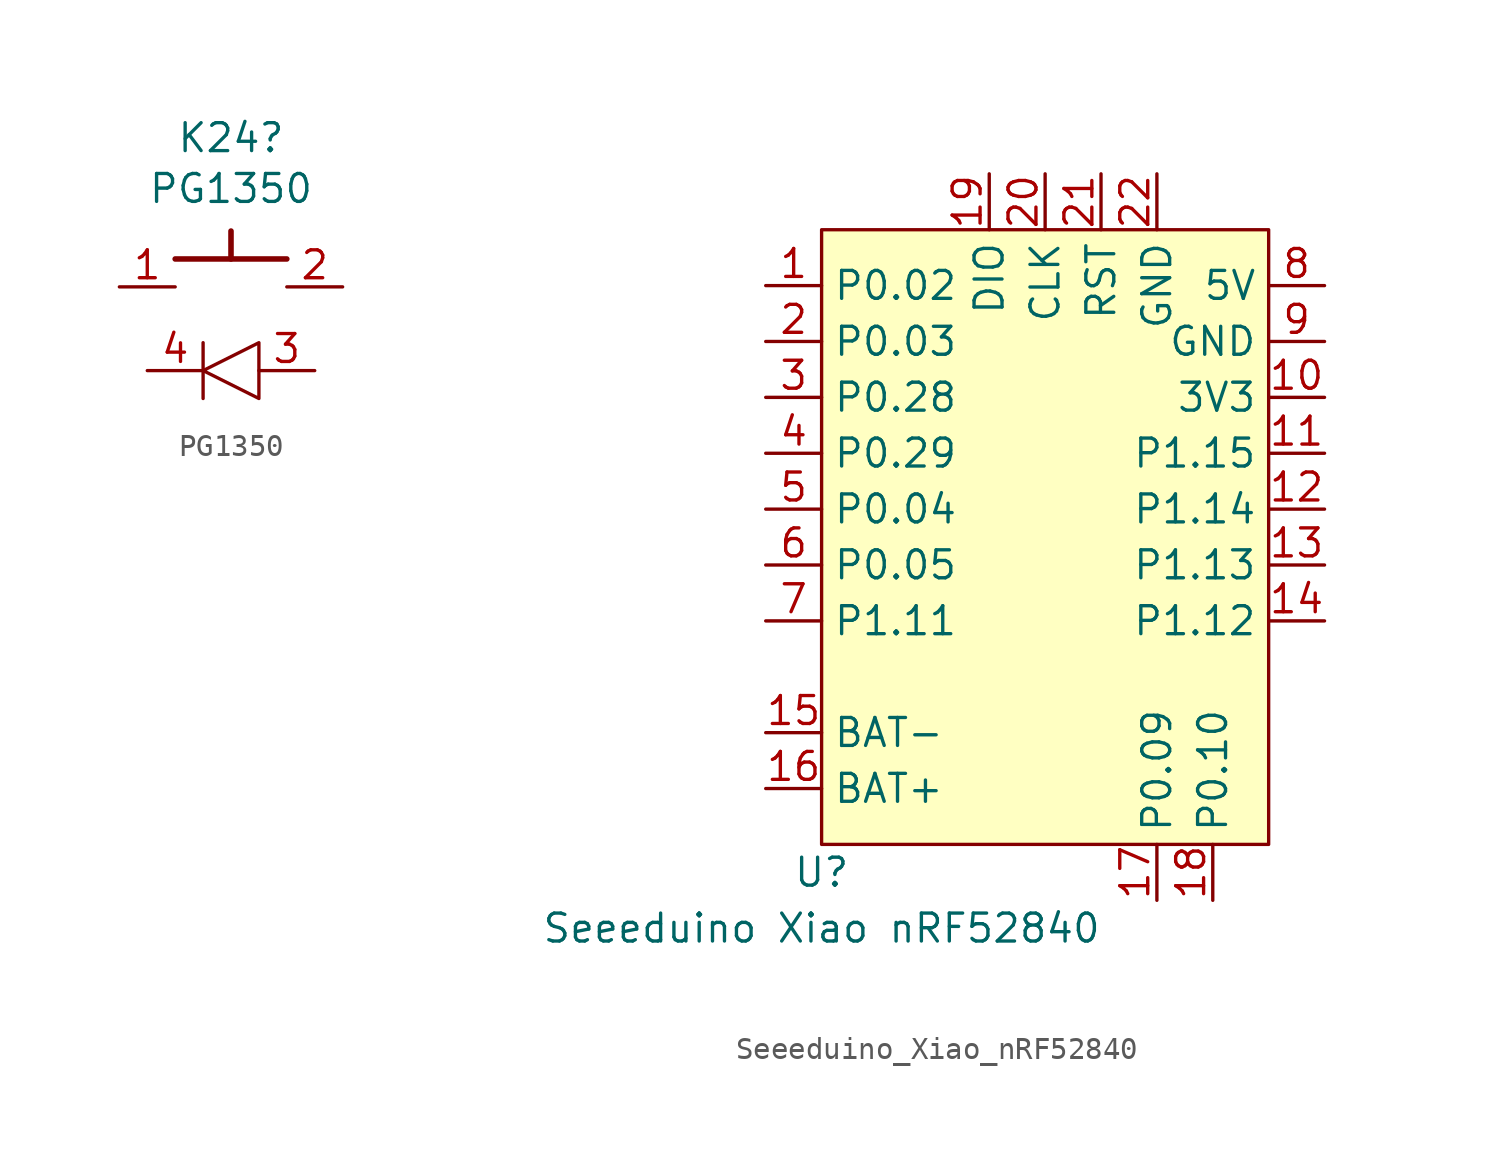
<source format=kicad_sym>
(kicad_symbol_lib
  (version 20220914)
  (generator kicad_symbol_editor)
  (symbol "PG1350"
    (pin_names
      (offset 1.016))
    (property "Reference" "K24"
      (at 0 1.702 0)
      (effects (font (size 1.27 1.27))))
    (property "Value" "PG1350"
      (at 0 -0.61 0)
      (effects (font (size 1.27 1.27))))
    (symbol "PG1350_0_1"
      (polyline (pts (xy -2.54 -3.81) (xy 2.54 -3.81)) (stroke (width 0.254) (type default)) (fill (type none)))
      (polyline (pts (xy -1.27 -7.62) (xy -1.27 -10.16)) (stroke (width 0) (type default)) (fill (type none)))
      (polyline (pts (xy 0 -2.54) (xy 0 -3.81)) (stroke (width 0.254) (type default)) (fill (type none)))
      (polyline (pts (xy 1.27 -7.62) (xy 1.27 -10.16) (xy -1.27 -8.89) (xy 1.27 -7.62)) (stroke (width 0) (type default)) (fill (type none))))
    (symbol "PG1350_1_1"
      (pin bidirectional line (at -5.08 -5.08 0) (length 2.54) (name "~" (effects (font (size 1.27 1.27)))) (number "1" (effects (font (size 1.27 1.27)))))
      (pin bidirectional line (at 5.08 -5.08 180) (length 2.54) (name "~" (effects (font (size 1.27 1.27)))) (number "2" (effects (font (size 1.27 1.27)))))
      (pin output line (at 3.81 -8.89 180) (length 2.54) (name "~" (effects (font (size 1.27 1.27)))) (number "3" (effects (font (size 1.27 1.27)))))
      (pin input line (at -3.81 -8.89 0) (length 2.54) (name "~" (effects (font (size 1.27 1.27)))) (number "4" (effects (font (size 1.27 1.27)))))))
  (symbol "Seeeduino_Xiao_nRF52840"
    (property "Reference" "U"
      (at -10.16 -12.7 0)
      (effects (font (size 1.27 1.27))))
    (property "Value" "Seeeduino Xiao nRF52840"
      (at -10.16 -15.24 0)
      (effects (font (size 1.27 1.27))))
    (symbol "Seeeduino_Xiao_nRF52840_1_0"
      (pin bidirectional line (at -12.7 13.97 0) (length 2.54) (name "P0.02" (effects (font (size 1.27 1.27)))) (number "1" (effects (font (size 1.27 1.27)))))
      (pin power_out line (at 12.7 8.89 180) (length 2.54) (name "3V3" (effects (font (size 1.27 1.27)))) (number "10" (effects (font (size 1.27 1.27)))))
      (pin bidirectional line (at 12.7 6.35 180) (length 2.54) (name "P1.15" (effects (font (size 1.27 1.27)))) (number "11" (effects (font (size 1.27 1.27)))))
      (pin bidirectional line (at 12.7 3.81 180) (length 2.54) (name "P1.14" (effects (font (size 1.27 1.27)))) (number "12" (effects (font (size 1.27 1.27)))))
      (pin bidirectional line (at 12.7 1.27 180) (length 2.54) (name "P1.13" (effects (font (size 1.27 1.27)))) (number "13" (effects (font (size 1.27 1.27)))))
      (pin bidirectional line (at 12.7 -1.27 180) (length 2.54) (name "P1.12" (effects (font (size 1.27 1.27)))) (number "14" (effects (font (size 1.27 1.27)))))
      (pin power_in line (at -12.7 -6.35 0) (length 2.54) (name "BAT-" (effects (font (size 1.27 1.27)))) (number "15" (effects (font (size 1.27 1.27)))))
      (pin power_in line (at -12.7 -8.89 0) (length 2.54) (name "BAT+" (effects (font (size 1.27 1.27)))) (number "16" (effects (font (size 1.27 1.27)))))
      (pin bidirectional line (at 5.08 -13.97 90) (length 2.54) (name "P0.09" (effects (font (size 1.27 1.27)))) (number "17" (effects (font (size 1.27 1.27)))))
      (pin bidirectional line (at 7.62 -13.97 90) (length 2.54) (name "P0.10" (effects (font (size 1.27 1.27)))) (number "18" (effects (font (size 1.27 1.27)))))
      (pin bidirectional line (at -2.54 19.05 270) (length 2.54) (name "DIO" (effects (font (size 1.27 1.27)))) (number "19" (effects (font (size 1.27 1.27)))))
      (pin bidirectional line (at -12.7 11.43 0) (length 2.54) (name "P0.03" (effects (font (size 1.27 1.27)))) (number "2" (effects (font (size 1.27 1.27)))))
      (pin bidirectional line (at 0 19.05 270) (length 2.54) (name "CLK" (effects (font (size 1.27 1.27)))) (number "20" (effects (font (size 1.27 1.27)))))
      (pin bidirectional line (at 2.54 19.05 270) (length 2.54) (name "RST" (effects (font (size 1.27 1.27)))) (number "21" (effects (font (size 1.27 1.27)))))
      (pin power_out line (at 5.08 19.05 270) (length 2.54) (name "GND" (effects (font (size 1.27 1.27)))) (number "22" (effects (font (size 1.27 1.27)))))
      (pin bidirectional line (at -12.7 8.89 0) (length 2.54) (name "P0.28" (effects (font (size 1.27 1.27)))) (number "3" (effects (font (size 1.27 1.27)))))
      (pin bidirectional line (at -12.7 6.35 0) (length 2.54) (name "P0.29" (effects (font (size 1.27 1.27)))) (number "4" (effects (font (size 1.27 1.27)))))
      (pin bidirectional line (at -12.7 3.81 0) (length 2.54) (name "P0.04" (effects (font (size 1.27 1.27)))) (number "5" (effects (font (size 1.27 1.27)))))
      (pin bidirectional line (at -12.7 1.27 0) (length 2.54) (name "P0.05" (effects (font (size 1.27 1.27)))) (number "6" (effects (font (size 1.27 1.27)))))
      (pin bidirectional line (at -12.7 -1.27 0) (length 2.54) (name "P1.11" (effects (font (size 1.27 1.27)))) (number "7" (effects (font (size 1.27 1.27)))))
      (pin power_out line (at 12.7 13.97 180) (length 2.54) (name "5V" (effects (font (size 1.27 1.27)))) (number "8" (effects (font (size 1.27 1.27)))))
      (pin power_out line (at 12.7 11.43 180) (length 2.54) (name "GND" (effects (font (size 1.27 1.27)))) (number "9" (effects (font (size 1.27 1.27))))))
    (symbol "Seeeduino_Xiao_nRF52840_1_1"
      (rectangle (start -10.16 16.51) (end 10.16 -11.43) (stroke (width 0) (type default)) (fill (type background))))))
</source>
